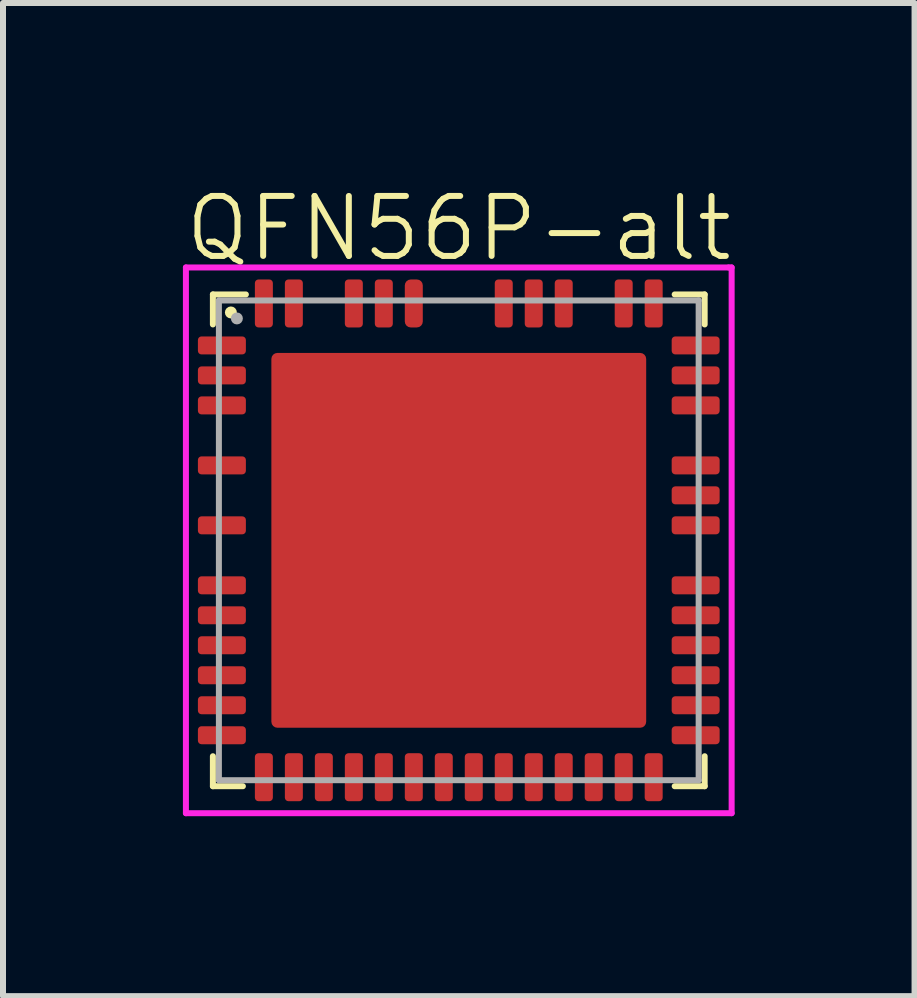
<source format=kicad_pcb>
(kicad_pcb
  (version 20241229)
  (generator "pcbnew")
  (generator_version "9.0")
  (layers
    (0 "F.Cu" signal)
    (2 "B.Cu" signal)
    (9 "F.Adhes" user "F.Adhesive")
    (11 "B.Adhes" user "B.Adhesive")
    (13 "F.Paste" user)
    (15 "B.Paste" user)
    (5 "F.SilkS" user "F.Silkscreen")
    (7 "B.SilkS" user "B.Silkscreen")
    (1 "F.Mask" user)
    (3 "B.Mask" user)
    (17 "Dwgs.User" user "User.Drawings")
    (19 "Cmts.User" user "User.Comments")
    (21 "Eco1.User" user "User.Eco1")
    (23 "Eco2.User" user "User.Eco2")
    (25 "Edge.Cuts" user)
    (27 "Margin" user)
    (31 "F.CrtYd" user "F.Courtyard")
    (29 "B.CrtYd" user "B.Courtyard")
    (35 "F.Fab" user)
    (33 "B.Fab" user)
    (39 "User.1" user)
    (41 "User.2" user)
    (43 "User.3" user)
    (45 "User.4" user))
  (footprint "QFN56P-alt"
    (layer "F.Cu")
    (at 4.6 5.96)
    (property "Reference" "QFN56P-alt" (at 0 -5.2 0) (layer "F.SilkS") (effects (font (size 1 1) (thickness 0.1))))
    (attr through_hole)
    (fp_line (start -4.1 -4.1) (end -4.1 -3.6) (stroke (width 0.1) (type solid)) (layer "F.SilkS"))
    (fp_line (start -4.1 -4.1) (end -3.55 -4.1) (stroke (width 0.1) (type solid)) (layer "F.SilkS"))
    (fp_line (start -4.1 4.1) (end -4.1 3.6) (stroke (width 0.1) (type solid)) (layer "F.SilkS"))
    (fp_line (start -4.1 4.1) (end -3.6 4.1) (stroke (width 0.1) (type solid)) (layer "F.SilkS"))
    (fp_line (start 4.1 -4.1) (end 3.6 -4.1) (stroke (width 0.1) (type solid)) (layer "F.SilkS"))
    (fp_line (start 4.1 -4.1) (end 4.1 -3.6) (stroke (width 0.1) (type solid)) (layer "F.SilkS"))
    (fp_line (start 4.1 4.1) (end 3.6 4.1) (stroke (width 0.1) (type solid)) (layer "F.SilkS"))
    (fp_line (start 4.1 4.1) (end 4.1 3.6) (stroke (width 0.1) (type solid)) (layer "F.SilkS"))
    (fp_circle (center -3.8 -3.8) (end -3.75 -3.8) (stroke (width 0.1) (type solid)) (fill no) (layer "F.SilkS"))
    (fp_line (start -4.55 -4.55) (end -4.55 4.55) (stroke (width 0.1) (type solid)) (layer "F.CrtYd"))
    (fp_line (start -4.55 4.55) (end 4.55 4.55) (stroke (width 0.1) (type solid)) (layer "F.CrtYd"))
    (fp_line (start 4.5 -4.55) (end -4.55 -4.55) (stroke (width 0.1) (type solid)) (layer "F.CrtYd"))
    (fp_line (start 4.55 -4.55) (end 4.5 -4.55) (stroke (width 0.1) (type solid)) (layer "F.CrtYd"))
    (fp_line (start 4.55 4.55) (end 4.55 -4.55) (stroke (width 0.1) (type solid)) (layer "F.CrtYd"))
    (fp_line (start -4 -4) (end 4 -4) (stroke (width 0.1) (type solid)) (layer "F.Fab"))
    (fp_line (start -4 4) (end -4 -4) (stroke (width 0.1) (type solid)) (layer "F.Fab"))
    (fp_line (start 4 -4) (end 4 4) (stroke (width 0.1) (type solid)) (layer "F.Fab"))
    (fp_line (start 4 4) (end -4 4) (stroke (width 0.1) (type solid)) (layer "F.Fab"))
    (fp_circle (center -3.7 -3.7) (end -3.65 -3.7) (stroke (width 0.1) (type solid)) (fill no) (layer "F.Fab"))
    (pad "1" smd roundrect (at -3.95 -3.25) (size 0.8 0.3) (layers "F.Cu" "F.Mask" "F.Paste") (roundrect_rratio 0.2))
    (pad "2" smd roundrect (at -3.95 -2.75) (size 0.8 0.3) (layers "F.Cu" "F.Mask" "F.Paste") (roundrect_rratio 0.2))
    (pad "3" smd roundrect (at -3.95 -2.25) (size 0.8 0.3) (layers "F.Cu" "F.Mask" "F.Paste") (roundrect_rratio 0.2))
    (pad "4" smd roundrect (at -3.95 -1.25) (size 0.8 0.3) (layers "F.Cu" "F.Mask" "F.Paste") (roundrect_rratio 0.2))
    (pad "5" smd roundrect (at -3.95 -0.25) (size 0.8 0.3) (layers "F.Cu" "F.Mask" "F.Paste") (roundrect_rratio 0.2))
    (pad "6" smd roundrect (at -3.95 0.75) (size 0.8 0.3) (layers "F.Cu" "F.Mask" "F.Paste") (roundrect_rratio 0.2))
    (pad "7" smd roundrect (at -3.95 1.25) (size 0.8 0.3) (layers "F.Cu" "F.Mask" "F.Paste") (roundrect_rratio 0.2))
    (pad "8" smd roundrect (at -3.95 1.75) (size 0.8 0.3) (layers "F.Cu" "F.Mask" "F.Paste") (roundrect_rratio 0.2))
    (pad "9" smd roundrect (at -3.95 2.25) (size 0.8 0.3) (layers "F.Cu" "F.Mask" "F.Paste") (roundrect_rratio 0.2))
    (pad "10" smd roundrect (at -3.95 2.75) (size 0.8 0.3) (layers "F.Cu" "F.Mask" "F.Paste") (roundrect_rratio 0.2))
    (pad "11" smd roundrect (at -3.95 3.25) (size 0.8 0.3) (layers "F.Cu" "F.Mask" "F.Paste") (roundrect_rratio 0.2))
    (pad "12" smd roundrect (at -3.25 3.95 90) (size 0.8 0.3) (layers "F.Cu" "F.Mask" "F.Paste") (roundrect_rratio 0.2))
    (pad "13" smd roundrect (at -2.75 3.95 90) (size 0.8 0.3) (layers "F.Cu" "F.Mask" "F.Paste") (roundrect_rratio 0.2))
    (pad "14" smd roundrect (at -2.25 3.95 90) (size 0.8 0.3) (layers "F.Cu" "F.Mask" "F.Paste") (roundrect_rratio 0.2))
    (pad "15" smd roundrect (at -1.75 3.95 90) (size 0.8 0.3) (layers "F.Cu" "F.Mask" "F.Paste") (roundrect_rratio 0.2))
    (pad "16" smd roundrect (at -1.25 3.95 90) (size 0.8 0.3) (layers "F.Cu" "F.Mask" "F.Paste") (roundrect_rratio 0.2))
    (pad "17" smd roundrect (at -0.75 3.95 90) (size 0.8 0.3) (layers "F.Cu" "F.Mask" "F.Paste") (roundrect_rratio 0.2))
    (pad "18" smd roundrect (at -0.25 3.95 90) (size 0.8 0.3) (layers "F.Cu" "F.Mask" "F.Paste") (roundrect_rratio 0.2))
    (pad "19" smd roundrect (at 0.25 3.95 90) (size 0.8 0.3) (layers "F.Cu" "F.Mask" "F.Paste") (roundrect_rratio 0.2))
    (pad "20" smd roundrect (at 0.75 3.95 90) (size 0.8 0.3) (layers "F.Cu" "F.Mask" "F.Paste") (roundrect_rratio 0.2))
    (pad "21" smd roundrect (at 1.25 3.95 90) (size 0.8 0.3) (layers "F.Cu" "F.Mask" "F.Paste") (roundrect_rratio 0.2))
    (pad "22" smd roundrect (at 1.75 3.95 90) (size 0.8 0.3) (layers "F.Cu" "F.Mask" "F.Paste") (roundrect_rratio 0.2))
    (pad "23" smd roundrect (at 2.25 3.95 90) (size 0.8 0.3) (layers "F.Cu" "F.Mask" "F.Paste") (roundrect_rratio 0.2))
    (pad "24" smd roundrect (at 2.75 3.95 90) (size 0.8 0.3) (layers "F.Cu" "F.Mask" "F.Paste") (roundrect_rratio 0.2))
    (pad "25" smd roundrect (at 3.25 3.95 90) (size 0.8 0.3) (layers "F.Cu" "F.Mask" "F.Paste") (roundrect_rratio 0.2))
    (pad "26" smd roundrect (at 3.95 3.25 180) (size 0.8 0.3) (layers "F.Cu" "F.Mask" "F.Paste") (roundrect_rratio 0.2))
    (pad "27" smd roundrect (at 3.95 2.75) (size 0.8 0.3) (layers "F.Cu" "F.Mask" "F.Paste") (roundrect_rratio 0.2))
    (pad "28" smd roundrect (at 3.95 2.25) (size 0.8 0.3) (layers "F.Cu" "F.Mask" "F.Paste") (roundrect_rratio 0.2))
    (pad "29" smd roundrect (at 3.95 1.75) (size 0.8 0.3) (layers "F.Cu" "F.Mask" "F.Paste") (roundrect_rratio 0.2))
    (pad "30" smd roundrect (at 3.95 1.25) (size 0.8 0.3) (layers "F.Cu" "F.Mask" "F.Paste") (roundrect_rratio 0.2))
    (pad "31" smd roundrect (at 3.95 0.75) (size 0.8 0.3) (layers "F.Cu" "F.Mask" "F.Paste") (roundrect_rratio 0.2))
    (pad "32" smd roundrect (at 3.95 -0.25) (size 0.8 0.3) (layers "F.Cu" "F.Mask" "F.Paste") (roundrect_rratio 0.2))
    (pad "33" smd roundrect (at 3.95 -0.75) (size 0.8 0.3) (layers "F.Cu" "F.Mask" "F.Paste") (roundrect_rratio 0.2))
    (pad "34" smd roundrect (at 3.95 -1.25) (size 0.8 0.3) (layers "F.Cu" "F.Mask" "F.Paste") (roundrect_rratio 0.2))
    (pad "35" smd roundrect (at 3.95 -2.25) (size 0.8 0.3) (layers "F.Cu" "F.Mask" "F.Paste") (roundrect_rratio 0.2))
    (pad "36" smd roundrect (at 3.95 -2.75) (size 0.8 0.3) (layers "F.Cu" "F.Mask" "F.Paste") (roundrect_rratio 0.2))
    (pad "37" smd roundrect (at 3.95 -3.25) (size 0.8 0.3) (layers "F.Cu" "F.Mask" "F.Paste") (roundrect_rratio 0.2))
    (pad "38" smd roundrect (at 3.25 -3.95 90) (size 0.8 0.3) (layers "F.Cu" "F.Mask" "F.Paste") (roundrect_rratio 0.2))
    (pad "39" smd roundrect (at 2.75 -3.95 90) (size 0.8 0.3) (layers "F.Cu" "F.Mask" "F.Paste") (roundrect_rratio 0.2))
    (pad "40" smd roundrect (at 1.75 -3.95 90) (size 0.8 0.3) (layers "F.Cu" "F.Mask" "F.Paste") (roundrect_rratio 0.2))
    (pad "41" smd roundrect (at 1.25 -3.95 90) (size 0.8 0.3) (layers "F.Cu" "F.Mask" "F.Paste") (roundrect_rratio 0.2))
    (pad "42" smd roundrect (at 0.75 -3.95 90) (size 0.8 0.3) (layers "F.Cu" "F.Mask" "F.Paste") (roundrect_rratio 0.2))
    (pad "43" smd roundrect (at -0.75 -3.95 90) (size 0.8 0.3) (layers "F.Cu" "F.Mask" "F.Paste") (roundrect_rratio 0.33))
    (pad "44" smd roundrect (at -1.25 -3.95 90) (size 0.8 0.3) (layers "F.Cu" "F.Mask" "F.Paste") (roundrect_rratio 0.2))
    (pad "45" smd roundrect (at -1.75 -3.95 90) (size 0.8 0.3) (layers "F.Cu" "F.Mask" "F.Paste") (roundrect_rratio 0.2))
    (pad "46" smd roundrect (at -2.75 -3.95 90) (size 0.8 0.3) (layers "F.Cu" "F.Mask" "F.Paste") (roundrect_rratio 0.2))
    (pad "47" smd roundrect (at -3.25 -3.95 90) (size 0.8 0.3) (layers "F.Cu" "F.Mask" "F.Paste") (roundrect_rratio 0.2))
    (pad "48" smd roundrect (at 0 0) (size 6.25 6.25) (layers "F.Cu" "F.Mask" "F.Paste") (roundrect_rratio 0.016)))
  (gr_rect
    (start -3 -3)
    (end 12.2 13.56)
    (stroke (width 0.1) (type default))
    (fill no)
    (layer "Edge.Cuts")))
</source>
